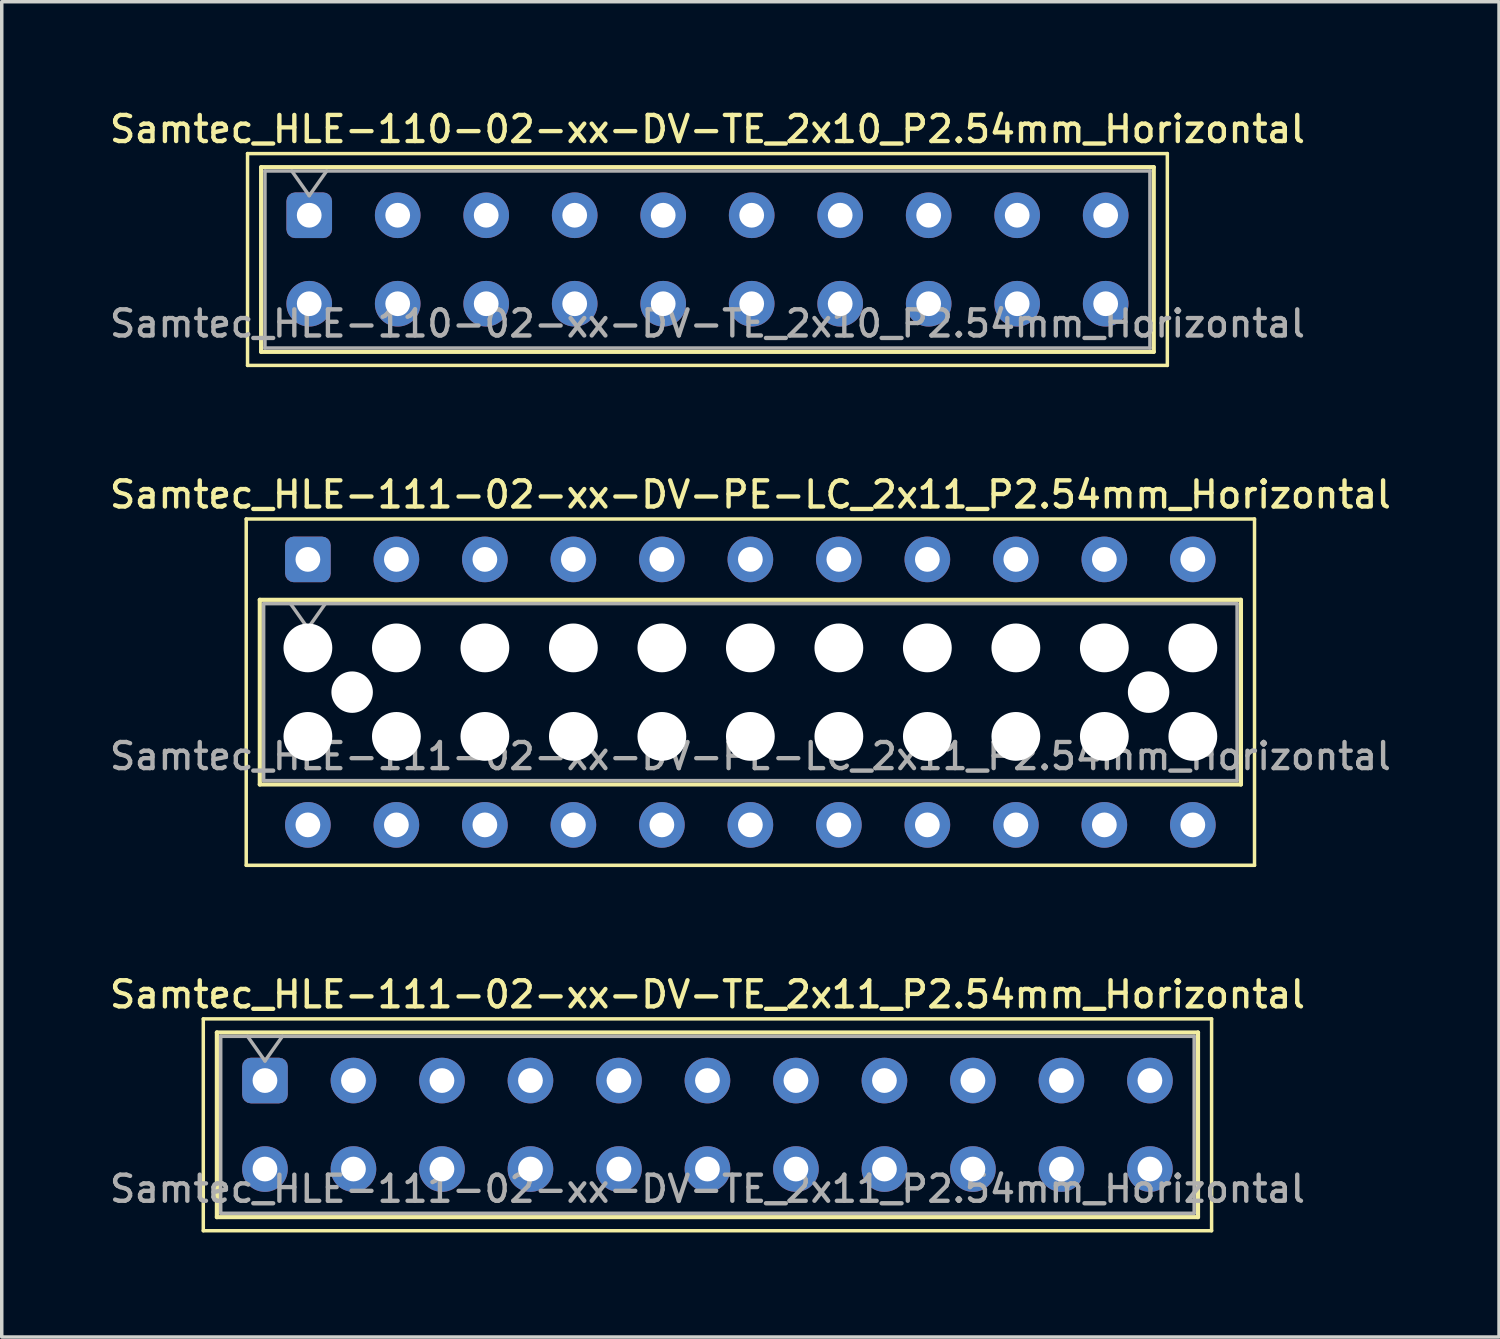
<source format=kicad_pcb>
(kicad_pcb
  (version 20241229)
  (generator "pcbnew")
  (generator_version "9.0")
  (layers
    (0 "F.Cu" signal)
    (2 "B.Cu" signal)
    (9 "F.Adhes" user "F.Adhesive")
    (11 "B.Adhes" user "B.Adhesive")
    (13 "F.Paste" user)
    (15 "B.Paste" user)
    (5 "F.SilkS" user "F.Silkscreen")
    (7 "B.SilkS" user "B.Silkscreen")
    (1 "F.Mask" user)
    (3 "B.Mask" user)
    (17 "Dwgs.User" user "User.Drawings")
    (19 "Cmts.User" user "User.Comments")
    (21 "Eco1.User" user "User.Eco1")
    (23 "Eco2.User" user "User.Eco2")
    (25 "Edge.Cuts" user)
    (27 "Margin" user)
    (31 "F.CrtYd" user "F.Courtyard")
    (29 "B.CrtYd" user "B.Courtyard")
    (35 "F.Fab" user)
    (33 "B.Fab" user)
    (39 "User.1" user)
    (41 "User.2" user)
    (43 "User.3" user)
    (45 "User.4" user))
  (footprint "Samtec_HLE-111-02-xx-DV-PE-LC_2x11_P2.54mm_Horizontal"
    (layer "F.Cu")
    (at 5.787 13.006)
    (property "Reference" "Samtec_HLE-111-02-xx-DV-PE-LC_2x11_P2.54mm_Horizontal" (at 12.7 -1.86 0) (layer "F.SilkS") (effects (font (size 0.75 0.75) (thickness 0.125))))
    (attr through_hole)
    (fp_line (start -1.77 -1.16) (end 27.17 -1.16) (stroke (width 0.1) (type solid)) (layer "F.SilkS"))
    (fp_line (start -1.77 8.78) (end -1.77 -1.16) (stroke (width 0.1) (type solid)) (layer "F.SilkS"))
    (fp_line (start -1.38 1.16) (end 26.78 1.16) (stroke (width 0.12) (type solid)) (layer "F.SilkS"))
    (fp_line (start -1.38 6.46) (end -1.38 1.16) (stroke (width 0.12) (type solid)) (layer "F.SilkS"))
    (fp_line (start 26.78 1.16) (end 26.78 6.46) (stroke (width 0.12) (type solid)) (layer "F.SilkS"))
    (fp_line (start 26.78 6.46) (end -1.38 6.46) (stroke (width 0.12) (type solid)) (layer "F.SilkS"))
    (fp_line (start 27.17 -1.16) (end 27.17 8.78) (stroke (width 0.1) (type solid)) (layer "F.SilkS"))
    (fp_line (start 27.17 8.78) (end -1.77 8.78) (stroke (width 0.1) (type solid)) (layer "F.SilkS"))
    (fp_line (start -1.27 1.27) (end 26.67 1.27) (stroke (width 0.1) (type solid)) (layer "F.Fab"))
    (fp_line (start -1.27 6.35) (end -1.27 1.27) (stroke (width 0.1) (type solid)) (layer "F.Fab"))
    (fp_line (start -0.5 1.27) (end 0 1.977) (stroke (width 0.1) (type solid)) (layer "F.Fab"))
    (fp_line (start 0 1.977) (end 0.5 1.27) (stroke (width 0.1) (type solid)) (layer "F.Fab"))
    (fp_line (start 26.67 1.27) (end 26.67 6.35) (stroke (width 0.1) (type solid)) (layer "F.Fab"))
    (fp_line (start 26.67 6.35) (end -1.27 6.35) (stroke (width 0.1) (type solid)) (layer "F.Fab"))
    (fp_text user "${REFERENCE}" (at 12.7 5.65 0) (layer "F.Fab") (effects (font (size 0.75 0.75) (thickness 0.125))))
    (pad "" np_thru_hole circle (at 0 2.54) (size 1.4 1.4) (drill 1.4) (layers "*.Cu" "*.Mask"))
    (pad "" np_thru_hole circle (at 0 5.08) (size 1.4 1.4) (drill 1.4) (layers "*.Cu" "*.Mask"))
    (pad "" np_thru_hole circle (at 1.27 3.81) (size 1.19 1.19) (drill 1.19) (layers "*.Cu" "*.Mask"))
    (pad "" np_thru_hole circle (at 2.54 2.54) (size 1.4 1.4) (drill 1.4) (layers "*.Cu" "*.Mask"))
    (pad "" np_thru_hole circle (at 2.54 5.08) (size 1.4 1.4) (drill 1.4) (layers "*.Cu" "*.Mask"))
    (pad "" np_thru_hole circle (at 5.08 2.54) (size 1.4 1.4) (drill 1.4) (layers "*.Cu" "*.Mask"))
    (pad "" np_thru_hole circle (at 5.08 5.08) (size 1.4 1.4) (drill 1.4) (layers "*.Cu" "*.Mask"))
    (pad "" np_thru_hole circle (at 7.62 2.54) (size 1.4 1.4) (drill 1.4) (layers "*.Cu" "*.Mask"))
    (pad "" np_thru_hole circle (at 7.62 5.08) (size 1.4 1.4) (drill 1.4) (layers "*.Cu" "*.Mask"))
    (pad "" np_thru_hole circle (at 10.16 2.54) (size 1.4 1.4) (drill 1.4) (layers "*.Cu" "*.Mask"))
    (pad "" np_thru_hole circle (at 10.16 5.08) (size 1.4 1.4) (drill 1.4) (layers "*.Cu" "*.Mask"))
    (pad "" np_thru_hole circle (at 12.7 2.54) (size 1.4 1.4) (drill 1.4) (layers "*.Cu" "*.Mask"))
    (pad "" np_thru_hole circle (at 12.7 5.08) (size 1.4 1.4) (drill 1.4) (layers "*.Cu" "*.Mask"))
    (pad "" np_thru_hole circle (at 15.24 2.54) (size 1.4 1.4) (drill 1.4) (layers "*.Cu" "*.Mask"))
    (pad "" np_thru_hole circle (at 15.24 5.08) (size 1.4 1.4) (drill 1.4) (layers "*.Cu" "*.Mask"))
    (pad "" np_thru_hole circle (at 17.78 2.54) (size 1.4 1.4) (drill 1.4) (layers "*.Cu" "*.Mask"))
    (pad "" np_thru_hole circle (at 17.78 5.08) (size 1.4 1.4) (drill 1.4) (layers "*.Cu" "*.Mask"))
    (pad "" np_thru_hole circle (at 20.32 2.54) (size 1.4 1.4) (drill 1.4) (layers "*.Cu" "*.Mask"))
    (pad "" np_thru_hole circle (at 20.32 5.08) (size 1.4 1.4) (drill 1.4) (layers "*.Cu" "*.Mask"))
    (pad "" np_thru_hole circle (at 22.86 2.54) (size 1.4 1.4) (drill 1.4) (layers "*.Cu" "*.Mask"))
    (pad "" np_thru_hole circle (at 22.86 5.08) (size 1.4 1.4) (drill 1.4) (layers "*.Cu" "*.Mask"))
    (pad "" np_thru_hole circle (at 24.13 3.81) (size 1.19 1.19) (drill 1.19) (layers "*.Cu" "*.Mask"))
    (pad "" np_thru_hole circle (at 25.4 2.54) (size 1.4 1.4) (drill 1.4) (layers "*.Cu" "*.Mask"))
    (pad "" np_thru_hole circle (at 25.4 5.08) (size 1.4 1.4) (drill 1.4) (layers "*.Cu" "*.Mask"))
    (pad "1" thru_hole roundrect (at 0 0) (size 1.31 1.31) (drill 0.71) (layers "*.Cu" "*.Mask") (roundrect_rratio 0.191))
    (pad "2" thru_hole circle (at 0 7.62) (size 1.31 1.31) (drill 0.71) (layers "*.Cu" "*.Mask"))
    (pad "3" thru_hole circle (at 2.54 0) (size 1.31 1.31) (drill 0.71) (layers "*.Cu" "*.Mask"))
    (pad "4" thru_hole circle (at 2.54 7.62) (size 1.31 1.31) (drill 0.71) (layers "*.Cu" "*.Mask"))
    (pad "5" thru_hole circle (at 5.08 0) (size 1.31 1.31) (drill 0.71) (layers "*.Cu" "*.Mask"))
    (pad "6" thru_hole circle (at 5.08 7.62) (size 1.31 1.31) (drill 0.71) (layers "*.Cu" "*.Mask"))
    (pad "7" thru_hole circle (at 7.62 0) (size 1.31 1.31) (drill 0.71) (layers "*.Cu" "*.Mask"))
    (pad "8" thru_hole circle (at 7.62 7.62) (size 1.31 1.31) (drill 0.71) (layers "*.Cu" "*.Mask"))
    (pad "9" thru_hole circle (at 10.16 0) (size 1.31 1.31) (drill 0.71) (layers "*.Cu" "*.Mask"))
    (pad "10" thru_hole circle (at 10.16 7.62) (size 1.31 1.31) (drill 0.71) (layers "*.Cu" "*.Mask"))
    (pad "11" thru_hole circle (at 12.7 0) (size 1.31 1.31) (drill 0.71) (layers "*.Cu" "*.Mask"))
    (pad "12" thru_hole circle (at 12.7 7.62) (size 1.31 1.31) (drill 0.71) (layers "*.Cu" "*.Mask"))
    (pad "13" thru_hole circle (at 15.24 0) (size 1.31 1.31) (drill 0.71) (layers "*.Cu" "*.Mask"))
    (pad "14" thru_hole circle (at 15.24 7.62) (size 1.31 1.31) (drill 0.71) (layers "*.Cu" "*.Mask"))
    (pad "15" thru_hole circle (at 17.78 0) (size 1.31 1.31) (drill 0.71) (layers "*.Cu" "*.Mask"))
    (pad "16" thru_hole circle (at 17.78 7.62) (size 1.31 1.31) (drill 0.71) (layers "*.Cu" "*.Mask"))
    (pad "17" thru_hole circle (at 20.32 0) (size 1.31 1.31) (drill 0.71) (layers "*.Cu" "*.Mask"))
    (pad "18" thru_hole circle (at 20.32 7.62) (size 1.31 1.31) (drill 0.71) (layers "*.Cu" "*.Mask"))
    (pad "19" thru_hole circle (at 22.86 0) (size 1.31 1.31) (drill 0.71) (layers "*.Cu" "*.Mask"))
    (pad "20" thru_hole circle (at 22.86 7.62) (size 1.31 1.31) (drill 0.71) (layers "*.Cu" "*.Mask"))
    (pad "21" thru_hole circle (at 25.4 0) (size 1.31 1.31) (drill 0.71) (layers "*.Cu" "*.Mask"))
    (pad "22" thru_hole circle (at 25.4 7.62) (size 1.31 1.31) (drill 0.71) (layers "*.Cu" "*.Mask")))
  (footprint "Samtec_HLE-111-02-xx-DV-TE_2x11_P2.54mm_Horizontal"
    (layer "F.Cu")
    (at 4.555 27.964)
    (property "Reference" "Samtec_HLE-111-02-xx-DV-TE_2x11_P2.54mm_Horizontal" (at 12.7 -2.47 0) (layer "F.SilkS") (effects (font (size 0.75 0.75) (thickness 0.125))))
    (attr through_hole)
    (fp_line (start -1.77 -1.77) (end 27.17 -1.77) (stroke (width 0.1) (type solid)) (layer "F.SilkS"))
    (fp_line (start -1.77 4.31) (end -1.77 -1.77) (stroke (width 0.1) (type solid)) (layer "F.SilkS"))
    (fp_line (start -1.38 -1.38) (end 26.78 -1.38) (stroke (width 0.12) (type solid)) (layer "F.SilkS"))
    (fp_line (start -1.38 3.92) (end -1.38 -1.38) (stroke (width 0.12) (type solid)) (layer "F.SilkS"))
    (fp_line (start 26.78 -1.38) (end 26.78 3.92) (stroke (width 0.12) (type solid)) (layer "F.SilkS"))
    (fp_line (start 26.78 3.92) (end -1.38 3.92) (stroke (width 0.12) (type solid)) (layer "F.SilkS"))
    (fp_line (start 27.17 -1.77) (end 27.17 4.31) (stroke (width 0.1) (type solid)) (layer "F.SilkS"))
    (fp_line (start 27.17 4.31) (end -1.77 4.31) (stroke (width 0.1) (type solid)) (layer "F.SilkS"))
    (fp_line (start -1.27 -1.27) (end 26.67 -1.27) (stroke (width 0.1) (type solid)) (layer "F.Fab"))
    (fp_line (start -1.27 3.81) (end -1.27 -1.27) (stroke (width 0.1) (type solid)) (layer "F.Fab"))
    (fp_line (start -0.5 -1.27) (end 0 -0.563) (stroke (width 0.1) (type solid)) (layer "F.Fab"))
    (fp_line (start 0 -0.563) (end 0.5 -1.27) (stroke (width 0.1) (type solid)) (layer "F.Fab"))
    (fp_line (start 26.67 -1.27) (end 26.67 3.81) (stroke (width 0.1) (type solid)) (layer "F.Fab"))
    (fp_line (start 26.67 3.81) (end -1.27 3.81) (stroke (width 0.1) (type solid)) (layer "F.Fab"))
    (fp_text user "${REFERENCE}" (at 12.7 3.11 0) (layer "F.Fab") (effects (font (size 0.75 0.75) (thickness 0.125))))
    (pad "1" thru_hole roundrect (at 0 0) (size 1.31 1.31) (drill 0.71) (layers "*.Cu" "*.Mask") (roundrect_rratio 0.191))
    (pad "2" thru_hole circle (at 0 2.54) (size 1.31 1.31) (drill 0.71) (layers "*.Cu" "*.Mask"))
    (pad "3" thru_hole circle (at 2.54 0) (size 1.31 1.31) (drill 0.71) (layers "*.Cu" "*.Mask"))
    (pad "4" thru_hole circle (at 2.54 2.54) (size 1.31 1.31) (drill 0.71) (layers "*.Cu" "*.Mask"))
    (pad "5" thru_hole circle (at 5.08 0) (size 1.31 1.31) (drill 0.71) (layers "*.Cu" "*.Mask"))
    (pad "6" thru_hole circle (at 5.08 2.54) (size 1.31 1.31) (drill 0.71) (layers "*.Cu" "*.Mask"))
    (pad "7" thru_hole circle (at 7.62 0) (size 1.31 1.31) (drill 0.71) (layers "*.Cu" "*.Mask"))
    (pad "8" thru_hole circle (at 7.62 2.54) (size 1.31 1.31) (drill 0.71) (layers "*.Cu" "*.Mask"))
    (pad "9" thru_hole circle (at 10.16 0) (size 1.31 1.31) (drill 0.71) (layers "*.Cu" "*.Mask"))
    (pad "10" thru_hole circle (at 10.16 2.54) (size 1.31 1.31) (drill 0.71) (layers "*.Cu" "*.Mask"))
    (pad "11" thru_hole circle (at 12.7 0) (size 1.31 1.31) (drill 0.71) (layers "*.Cu" "*.Mask"))
    (pad "12" thru_hole circle (at 12.7 2.54) (size 1.31 1.31) (drill 0.71) (layers "*.Cu" "*.Mask"))
    (pad "13" thru_hole circle (at 15.24 0) (size 1.31 1.31) (drill 0.71) (layers "*.Cu" "*.Mask"))
    (pad "14" thru_hole circle (at 15.24 2.54) (size 1.31 1.31) (drill 0.71) (layers "*.Cu" "*.Mask"))
    (pad "15" thru_hole circle (at 17.78 0) (size 1.31 1.31) (drill 0.71) (layers "*.Cu" "*.Mask"))
    (pad "16" thru_hole circle (at 17.78 2.54) (size 1.31 1.31) (drill 0.71) (layers "*.Cu" "*.Mask"))
    (pad "17" thru_hole circle (at 20.32 0) (size 1.31 1.31) (drill 0.71) (layers "*.Cu" "*.Mask"))
    (pad "18" thru_hole circle (at 20.32 2.54) (size 1.31 1.31) (drill 0.71) (layers "*.Cu" "*.Mask"))
    (pad "19" thru_hole circle (at 22.86 0) (size 1.31 1.31) (drill 0.71) (layers "*.Cu" "*.Mask"))
    (pad "20" thru_hole circle (at 22.86 2.54) (size 1.31 1.31) (drill 0.71) (layers "*.Cu" "*.Mask"))
    (pad "21" thru_hole circle (at 25.4 0) (size 1.31 1.31) (drill 0.71) (layers "*.Cu" "*.Mask"))
    (pad "22" thru_hole circle (at 25.4 2.54) (size 1.31 1.31) (drill 0.71) (layers "*.Cu" "*.Mask")))
  (footprint "Samtec_HLE-110-02-xx-DV-TE_2x10_P2.54mm_Horizontal"
    (layer "F.Cu")
    (at 5.825 3.128)
    (property "Reference" "Samtec_HLE-110-02-xx-DV-TE_2x10_P2.54mm_Horizontal" (at 11.43 -2.47 0) (layer "F.SilkS") (effects (font (size 0.75 0.75) (thickness 0.125))))
    (attr through_hole)
    (fp_line (start -1.77 -1.77) (end 24.63 -1.77) (stroke (width 0.1) (type solid)) (layer "F.SilkS"))
    (fp_line (start -1.77 4.31) (end -1.77 -1.77) (stroke (width 0.1) (type solid)) (layer "F.SilkS"))
    (fp_line (start -1.38 -1.38) (end 24.24 -1.38) (stroke (width 0.12) (type solid)) (layer "F.SilkS"))
    (fp_line (start -1.38 3.92) (end -1.38 -1.38) (stroke (width 0.12) (type solid)) (layer "F.SilkS"))
    (fp_line (start 24.24 -1.38) (end 24.24 3.92) (stroke (width 0.12) (type solid)) (layer "F.SilkS"))
    (fp_line (start 24.24 3.92) (end -1.38 3.92) (stroke (width 0.12) (type solid)) (layer "F.SilkS"))
    (fp_line (start 24.63 -1.77) (end 24.63 4.31) (stroke (width 0.1) (type solid)) (layer "F.SilkS"))
    (fp_line (start 24.63 4.31) (end -1.77 4.31) (stroke (width 0.1) (type solid)) (layer "F.SilkS"))
    (fp_line (start -1.27 -1.27) (end 24.13 -1.27) (stroke (width 0.1) (type solid)) (layer "F.Fab"))
    (fp_line (start -1.27 3.81) (end -1.27 -1.27) (stroke (width 0.1) (type solid)) (layer "F.Fab"))
    (fp_line (start -0.5 -1.27) (end 0 -0.563) (stroke (width 0.1) (type solid)) (layer "F.Fab"))
    (fp_line (start 0 -0.563) (end 0.5 -1.27) (stroke (width 0.1) (type solid)) (layer "F.Fab"))
    (fp_line (start 24.13 -1.27) (end 24.13 3.81) (stroke (width 0.1) (type solid)) (layer "F.Fab"))
    (fp_line (start 24.13 3.81) (end -1.27 3.81) (stroke (width 0.1) (type solid)) (layer "F.Fab"))
    (fp_text user "${REFERENCE}" (at 11.43 3.11 0) (layer "F.Fab") (effects (font (size 0.75 0.75) (thickness 0.125))))
    (pad "1" thru_hole roundrect (at 0 0) (size 1.31 1.31) (drill 0.71) (layers "*.Cu" "*.Mask") (roundrect_rratio 0.191))
    (pad "2" thru_hole circle (at 0 2.54) (size 1.31 1.31) (drill 0.71) (layers "*.Cu" "*.Mask"))
    (pad "3" thru_hole circle (at 2.54 0) (size 1.31 1.31) (drill 0.71) (layers "*.Cu" "*.Mask"))
    (pad "4" thru_hole circle (at 2.54 2.54) (size 1.31 1.31) (drill 0.71) (layers "*.Cu" "*.Mask"))
    (pad "5" thru_hole circle (at 5.08 0) (size 1.31 1.31) (drill 0.71) (layers "*.Cu" "*.Mask"))
    (pad "6" thru_hole circle (at 5.08 2.54) (size 1.31 1.31) (drill 0.71) (layers "*.Cu" "*.Mask"))
    (pad "7" thru_hole circle (at 7.62 0) (size 1.31 1.31) (drill 0.71) (layers "*.Cu" "*.Mask"))
    (pad "8" thru_hole circle (at 7.62 2.54) (size 1.31 1.31) (drill 0.71) (layers "*.Cu" "*.Mask"))
    (pad "9" thru_hole circle (at 10.16 0) (size 1.31 1.31) (drill 0.71) (layers "*.Cu" "*.Mask"))
    (pad "10" thru_hole circle (at 10.16 2.54) (size 1.31 1.31) (drill 0.71) (layers "*.Cu" "*.Mask"))
    (pad "11" thru_hole circle (at 12.7 0) (size 1.31 1.31) (drill 0.71) (layers "*.Cu" "*.Mask"))
    (pad "12" thru_hole circle (at 12.7 2.54) (size 1.31 1.31) (drill 0.71) (layers "*.Cu" "*.Mask"))
    (pad "13" thru_hole circle (at 15.24 0) (size 1.31 1.31) (drill 0.71) (layers "*.Cu" "*.Mask"))
    (pad "14" thru_hole circle (at 15.24 2.54) (size 1.31 1.31) (drill 0.71) (layers "*.Cu" "*.Mask"))
    (pad "15" thru_hole circle (at 17.78 0) (size 1.31 1.31) (drill 0.71) (layers "*.Cu" "*.Mask"))
    (pad "16" thru_hole circle (at 17.78 2.54) (size 1.31 1.31) (drill 0.71) (layers "*.Cu" "*.Mask"))
    (pad "17" thru_hole circle (at 20.32 0) (size 1.31 1.31) (drill 0.71) (layers "*.Cu" "*.Mask"))
    (pad "18" thru_hole circle (at 20.32 2.54) (size 1.31 1.31) (drill 0.71) (layers "*.Cu" "*.Mask"))
    (pad "19" thru_hole circle (at 22.86 0) (size 1.31 1.31) (drill 0.71) (layers "*.Cu" "*.Mask"))
    (pad "20" thru_hole circle (at 22.86 2.54) (size 1.31 1.31) (drill 0.71) (layers "*.Cu" "*.Mask")))
  (gr_rect
    (start -3 -3)
    (end 39.975 35.324)
    (stroke (width 0.1) (type default))
    (fill no)
    (layer "Edge.Cuts")))
</source>
